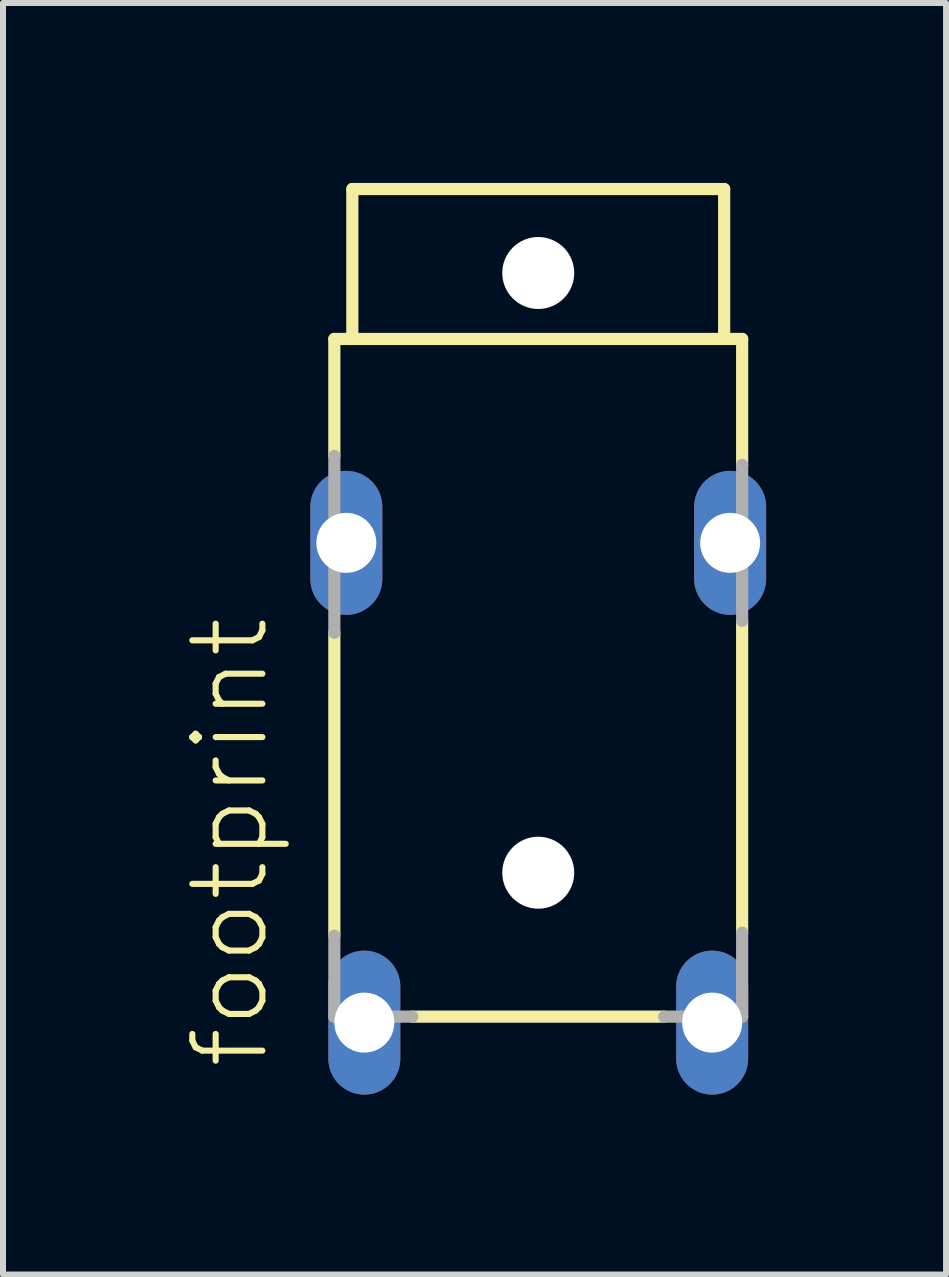
<source format=kicad_pcb>
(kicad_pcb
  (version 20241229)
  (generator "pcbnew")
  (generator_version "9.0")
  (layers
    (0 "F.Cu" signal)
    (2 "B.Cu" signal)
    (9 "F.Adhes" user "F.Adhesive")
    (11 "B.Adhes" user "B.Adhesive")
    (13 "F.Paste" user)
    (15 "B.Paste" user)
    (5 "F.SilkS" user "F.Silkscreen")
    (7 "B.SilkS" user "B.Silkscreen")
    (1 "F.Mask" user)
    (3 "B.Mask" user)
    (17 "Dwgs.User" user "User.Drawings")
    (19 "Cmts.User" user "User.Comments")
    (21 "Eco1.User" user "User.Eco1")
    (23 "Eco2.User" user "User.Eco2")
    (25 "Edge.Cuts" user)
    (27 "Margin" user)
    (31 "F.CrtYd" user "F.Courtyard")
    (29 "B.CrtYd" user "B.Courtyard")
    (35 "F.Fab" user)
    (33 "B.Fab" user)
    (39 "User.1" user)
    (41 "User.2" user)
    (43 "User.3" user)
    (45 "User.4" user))
  (footprint "footprint"
    (layer "F.Cu")
    (at 5.925 6.002)
    (property "Reference" "footprint" (at -4.452 8.812 90) (layer "F.SilkS") (effects (font (size 1.168 1.168) (thickness 0.102)) (justify left bottom)))
    (fp_line (start -3.4 -3.4) (end 3.4 -3.4) (stroke (width 0.203) (type solid)) (layer "F.SilkS"))
    (fp_line (start -3.4 -1.45) (end -3.4 -3.4) (stroke (width 0.203) (type solid)) (layer "F.SilkS"))
    (fp_line (start -3.4 6.55) (end -3.4 1.5) (stroke (width 0.203) (type solid)) (layer "F.SilkS"))
    (fp_line (start -3.1 -5.9) (end 3.1 -5.9) (stroke (width 0.203) (type solid)) (layer "F.SilkS"))
    (fp_line (start -3.1 -3.5) (end -3.1 -5.9) (stroke (width 0.203) (type solid)) (layer "F.SilkS"))
    (fp_line (start 2.1 7.9) (end -2.1 7.9) (stroke (width 0.203) (type solid)) (layer "F.SilkS"))
    (fp_line (start 3.1 -3.5) (end 3.1 -5.9) (stroke (width 0.203) (type solid)) (layer "F.SilkS"))
    (fp_line (start 3.4 -3.4) (end 3.4 -1.3) (stroke (width 0.203) (type solid)) (layer "F.SilkS"))
    (fp_line (start 3.4 1.3) (end 3.4 6.5) (stroke (width 0.203) (type solid)) (layer "F.SilkS"))
    (fp_line (start -3.4 1.5) (end -3.4 -1.45) (stroke (width 0.203) (type solid)) (layer "F.Fab"))
    (fp_line (start -3.4 7.9) (end -3.4 6.55) (stroke (width 0.203) (type solid)) (layer "F.Fab"))
    (fp_line (start -2.1 7.9) (end -3.4 7.9) (stroke (width 0.203) (type solid)) (layer "F.Fab"))
    (fp_line (start 3.4 -1.3) (end 3.4 1.3) (stroke (width 0.203) (type solid)) (layer "F.Fab"))
    (fp_line (start 3.4 6.5) (end 3.4 7.9) (stroke (width 0.203) (type solid)) (layer "F.Fab"))
    (fp_line (start 3.4 7.9) (end 2.1 7.9) (stroke (width 0.203) (type solid)) (layer "F.Fab"))
    (pad "" np_thru_hole circle (at 0 -4.5) (size 1.2 1.2) (drill 1.2) (layers "*.Cu" "*.Mask"))
    (pad "" np_thru_hole circle (at 0 5.5) (size 1.2 1.2) (drill 1.2) (layers "*.Cu" "*.Mask"))
    (pad "1" thru_hole oval (at -2.9 8 90) (size 2.4 1.2) (drill 1) (layers "*.Cu" "*.Mask"))
    (pad "2@1" thru_hole oval (at -3.2 0 90) (size 2.4 1.2) (drill 1) (layers "*.Cu" "*.Mask"))
    (pad "2@2" thru_hole oval (at 3.2 0 90) (size 2.4 1.2) (drill 1) (layers "*.Cu" "*.Mask"))
    (pad "3" thru_hole oval (at 2.9 8 90) (size 2.4 1.2) (drill 1) (layers "*.Cu" "*.Mask")))
  (gr_rect
    (start -3 -3)
    (end 12.725 18.202)
    (stroke (width 0.1) (type default))
    (fill no)
    (layer "Edge.Cuts")))
</source>
